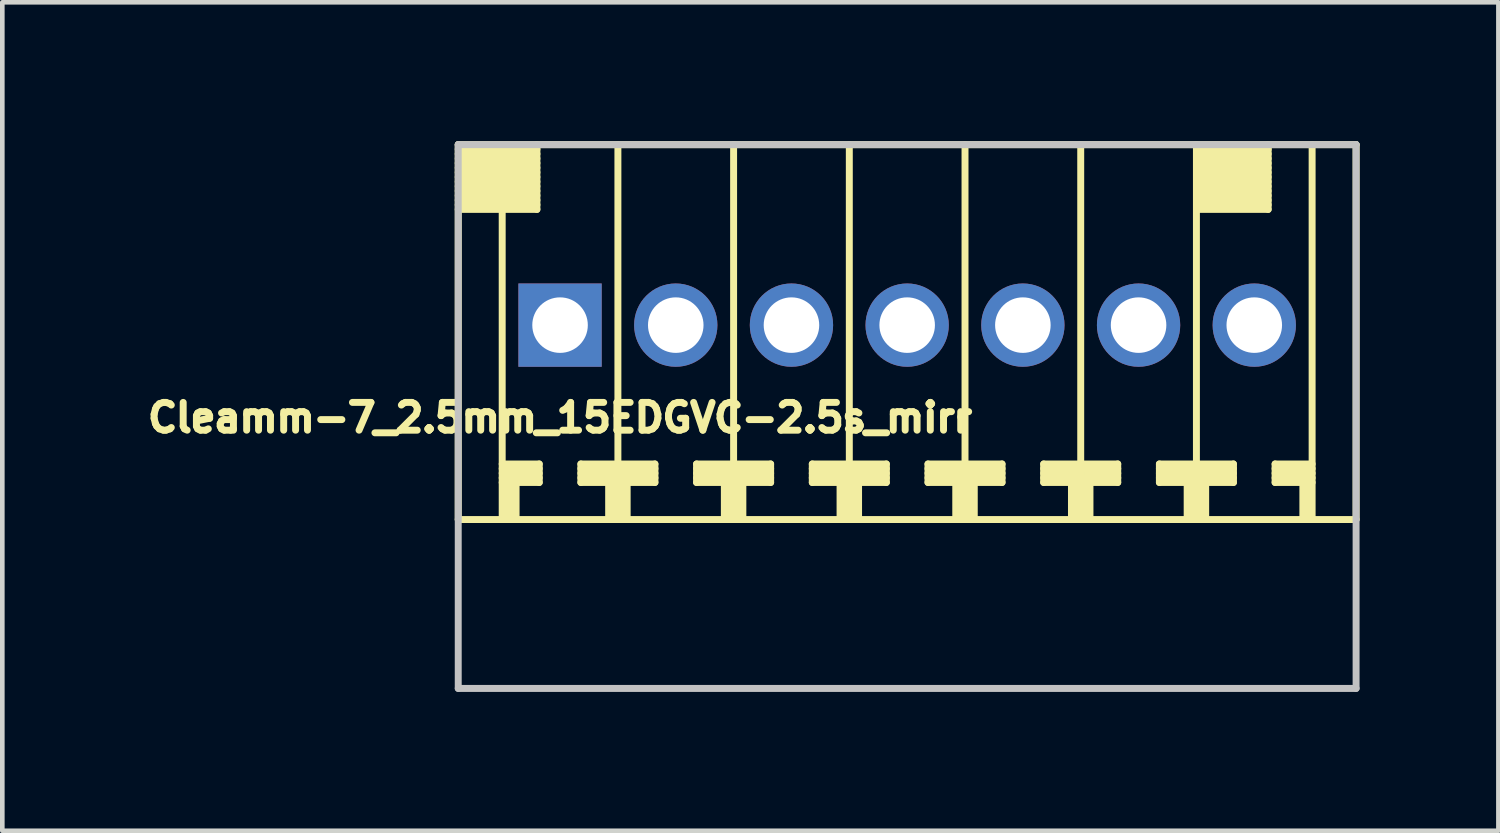
<source format=kicad_pcb>
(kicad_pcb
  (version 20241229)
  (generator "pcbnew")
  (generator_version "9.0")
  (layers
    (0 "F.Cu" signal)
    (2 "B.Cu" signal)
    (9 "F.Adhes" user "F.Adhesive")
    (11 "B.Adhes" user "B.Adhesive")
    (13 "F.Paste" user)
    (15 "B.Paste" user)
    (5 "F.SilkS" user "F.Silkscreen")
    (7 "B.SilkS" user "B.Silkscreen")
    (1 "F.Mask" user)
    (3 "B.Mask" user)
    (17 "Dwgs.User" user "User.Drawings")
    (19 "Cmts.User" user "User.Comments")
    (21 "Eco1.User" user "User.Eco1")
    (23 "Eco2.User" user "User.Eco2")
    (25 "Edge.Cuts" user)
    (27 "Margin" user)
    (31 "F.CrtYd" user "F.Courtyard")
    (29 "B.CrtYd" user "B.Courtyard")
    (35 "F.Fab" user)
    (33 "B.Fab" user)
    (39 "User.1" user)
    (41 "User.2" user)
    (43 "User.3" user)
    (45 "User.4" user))
  (footprint "Cleamm-7_2.5mm_15EDGVC-2.5s_mirr"
    (layer "F.Cu")
    (at 16.551 3.975)
    (property "Reference" "Cleamm-7_2.5mm_15EDGVC-2.5s_mirr" (at -7.5 2 0) (layer "F.SilkS") (effects (font (size 0.6 0.6) (thickness 0.15))))
    (attr through_hole)
    (fp_line (start -9.7 -3.9) (end -9.7 4.2) (stroke (width 0.15) (type solid)) (layer "F.SilkS"))
    (fp_line (start -9.7 -3.7) (end -8 -3.7) (stroke (width 0.15) (type solid)) (layer "F.SilkS"))
    (fp_line (start -9.7 -3.6) (end -8 -3.6) (stroke (width 0.15) (type solid)) (layer "F.SilkS"))
    (fp_line (start -9.7 -3.3) (end -8 -3.3) (stroke (width 0.15) (type solid)) (layer "F.SilkS"))
    (fp_line (start -9.7 -3.1) (end -8 -3.1) (stroke (width 0.15) (type solid)) (layer "F.SilkS"))
    (fp_line (start -9.7 -2.9) (end -8 -2.9) (stroke (width 0.15) (type solid)) (layer "F.SilkS"))
    (fp_line (start -9.7 -2.7) (end -8 -2.7) (stroke (width 0.15) (type solid)) (layer "F.SilkS"))
    (fp_line (start -9.7 -2.5) (end -8 -2.5) (stroke (width 0.15) (type solid)) (layer "F.SilkS"))
    (fp_line (start -8.75 -2.5) (end -8.75 4.2) (stroke (width 0.15) (type solid)) (layer "F.SilkS"))
    (fp_line (start -8.75 3.2) (end -7.95 3.2) (stroke (width 0.15) (type solid)) (layer "F.SilkS"))
    (fp_line (start -8.75 3.3) (end -7.95 3.3) (stroke (width 0.15) (type solid)) (layer "F.SilkS"))
    (fp_line (start -8.75 3.4) (end -7.95 3.4) (stroke (width 0.15) (type solid)) (layer "F.SilkS"))
    (fp_line (start -8.65 4.2) (end -8.65 3.4) (stroke (width 0.15) (type solid)) (layer "F.SilkS"))
    (fp_line (start -8.55 3.4) (end -8.55 4.2) (stroke (width 0.15) (type solid)) (layer "F.SilkS"))
    (fp_line (start -8.45 4.2) (end -8.45 3.4) (stroke (width 0.15) (type solid)) (layer "F.SilkS"))
    (fp_line (start -8 -3.8) (end -9.7 -3.8) (stroke (width 0.15) (type solid)) (layer "F.SilkS"))
    (fp_line (start -8 -3.5) (end -9.7 -3.5) (stroke (width 0.15) (type solid)) (layer "F.SilkS"))
    (fp_line (start -8 -3.4) (end -9.7 -3.4) (stroke (width 0.15) (type solid)) (layer "F.SilkS"))
    (fp_line (start -8 -3.2) (end -9.7 -3.2) (stroke (width 0.15) (type solid)) (layer "F.SilkS"))
    (fp_line (start -8 -3) (end -9.7 -3) (stroke (width 0.15) (type solid)) (layer "F.SilkS"))
    (fp_line (start -8 -2.8) (end -9.7 -2.8) (stroke (width 0.15) (type solid)) (layer "F.SilkS"))
    (fp_line (start -8 -2.6) (end -9.7 -2.6) (stroke (width 0.15) (type solid)) (layer "F.SilkS"))
    (fp_line (start -8 -2.5) (end -8 -3.9) (stroke (width 0.15) (type solid)) (layer "F.SilkS"))
    (fp_line (start -7.95 3) (end -8.75 3) (stroke (width 0.15) (type solid)) (layer "F.SilkS"))
    (fp_line (start -7.95 3.1) (end -8.75 3.1) (stroke (width 0.15) (type solid)) (layer "F.SilkS"))
    (fp_line (start -7.95 3.4) (end -7.95 3) (stroke (width 0.15) (type solid)) (layer "F.SilkS"))
    (fp_line (start -7.05 3) (end -7.05 3.4) (stroke (width 0.15) (type solid)) (layer "F.SilkS"))
    (fp_line (start -7.05 3.2) (end -5.45 3.2) (stroke (width 0.15) (type solid)) (layer "F.SilkS"))
    (fp_line (start -7.05 3.4) (end -6.45 3.4) (stroke (width 0.15) (type solid)) (layer "F.SilkS"))
    (fp_line (start -6.45 4.2) (end -6.45 3.4) (stroke (width 0.15) (type solid)) (layer "F.SilkS"))
    (fp_line (start -6.35 4.2) (end -6.35 3.4) (stroke (width 0.15) (type solid)) (layer "F.SilkS"))
    (fp_line (start -6.25 4.2) (end -6.25 -3.9) (stroke (width 0.15) (type solid)) (layer "F.SilkS"))
    (fp_line (start -6.15 4.2) (end -6.15 3.4) (stroke (width 0.15) (type solid)) (layer "F.SilkS"))
    (fp_line (start -6.05 3.4) (end -5.45 3.4) (stroke (width 0.15) (type solid)) (layer "F.SilkS"))
    (fp_line (start -6.05 4.2) (end -6.05 3.4) (stroke (width 0.15) (type solid)) (layer "F.SilkS"))
    (fp_line (start -5.45 3) (end -7.05 3) (stroke (width 0.15) (type solid)) (layer "F.SilkS"))
    (fp_line (start -5.45 3.1) (end -7.05 3.1) (stroke (width 0.15) (type solid)) (layer "F.SilkS"))
    (fp_line (start -5.45 3.3) (end -7.05 3.3) (stroke (width 0.15) (type solid)) (layer "F.SilkS"))
    (fp_line (start -5.45 3.4) (end -5.45 3) (stroke (width 0.15) (type solid)) (layer "F.SilkS"))
    (fp_line (start -4.55 3) (end -4.55 3.4) (stroke (width 0.15) (type solid)) (layer "F.SilkS"))
    (fp_line (start -4.55 3.2) (end -2.95 3.2) (stroke (width 0.15) (type solid)) (layer "F.SilkS"))
    (fp_line (start -4.55 3.4) (end -3.95 3.4) (stroke (width 0.15) (type solid)) (layer "F.SilkS"))
    (fp_line (start -3.95 4.2) (end -3.95 3.4) (stroke (width 0.15) (type solid)) (layer "F.SilkS"))
    (fp_line (start -3.85 4.2) (end -3.85 3.4) (stroke (width 0.15) (type solid)) (layer "F.SilkS"))
    (fp_line (start -3.75 -3.9) (end -3.75 4.2) (stroke (width 0.15) (type solid)) (layer "F.SilkS"))
    (fp_line (start -3.65 4.2) (end -3.65 3.4) (stroke (width 0.15) (type solid)) (layer "F.SilkS"))
    (fp_line (start -3.55 3.4) (end -2.95 3.4) (stroke (width 0.15) (type solid)) (layer "F.SilkS"))
    (fp_line (start -3.55 4.2) (end -3.55 3.4) (stroke (width 0.15) (type solid)) (layer "F.SilkS"))
    (fp_line (start -2.95 3) (end -4.55 3) (stroke (width 0.15) (type solid)) (layer "F.SilkS"))
    (fp_line (start -2.95 3.1) (end -4.55 3.1) (stroke (width 0.15) (type solid)) (layer "F.SilkS"))
    (fp_line (start -2.95 3.3) (end -4.55 3.3) (stroke (width 0.15) (type solid)) (layer "F.SilkS"))
    (fp_line (start -2.95 3.4) (end -2.95 3) (stroke (width 0.15) (type solid)) (layer "F.SilkS"))
    (fp_line (start -2.05 3) (end -2.05 3.4) (stroke (width 0.15) (type solid)) (layer "F.SilkS"))
    (fp_line (start -2.05 3.2) (end -0.45 3.2) (stroke (width 0.15) (type solid)) (layer "F.SilkS"))
    (fp_line (start -2.05 3.4) (end -1.45 3.4) (stroke (width 0.15) (type solid)) (layer "F.SilkS"))
    (fp_line (start -1.45 4.2) (end -1.45 3.4) (stroke (width 0.15) (type solid)) (layer "F.SilkS"))
    (fp_line (start -1.35 4.2) (end -1.35 3.4) (stroke (width 0.15) (type solid)) (layer "F.SilkS"))
    (fp_line (start -1.25 -3.9) (end -1.25 4.2) (stroke (width 0.15) (type solid)) (layer "F.SilkS"))
    (fp_line (start -1.15 4.2) (end -1.15 3.4) (stroke (width 0.15) (type solid)) (layer "F.SilkS"))
    (fp_line (start -1.05 3.4) (end -0.45 3.4) (stroke (width 0.15) (type solid)) (layer "F.SilkS"))
    (fp_line (start -1.05 4.2) (end -1.05 3.4) (stroke (width 0.15) (type solid)) (layer "F.SilkS"))
    (fp_line (start -0.45 3) (end -2.05 3) (stroke (width 0.15) (type solid)) (layer "F.SilkS"))
    (fp_line (start -0.45 3.1) (end -2.05 3.1) (stroke (width 0.15) (type solid)) (layer "F.SilkS"))
    (fp_line (start -0.45 3.3) (end -2.05 3.3) (stroke (width 0.15) (type solid)) (layer "F.SilkS"))
    (fp_line (start -0.45 3.4) (end -0.45 3) (stroke (width 0.15) (type solid)) (layer "F.SilkS"))
    (fp_line (start 0.45 3) (end 0.45 3.4) (stroke (width 0.15) (type solid)) (layer "F.SilkS"))
    (fp_line (start 0.45 3.2) (end 2.05 3.2) (stroke (width 0.15) (type solid)) (layer "F.SilkS"))
    (fp_line (start 0.45 3.4) (end 1.05 3.4) (stroke (width 0.15) (type solid)) (layer "F.SilkS"))
    (fp_line (start 1.05 4.2) (end 1.05 3.4) (stroke (width 0.15) (type solid)) (layer "F.SilkS"))
    (fp_line (start 1.15 4.2) (end 1.15 3.4) (stroke (width 0.15) (type solid)) (layer "F.SilkS"))
    (fp_line (start 1.25 4.2) (end 1.25 -3.9) (stroke (width 0.15) (type solid)) (layer "F.SilkS"))
    (fp_line (start 1.35 4.2) (end 1.35 3.4) (stroke (width 0.15) (type solid)) (layer "F.SilkS"))
    (fp_line (start 1.45 3.4) (end 2.05 3.4) (stroke (width 0.15) (type solid)) (layer "F.SilkS"))
    (fp_line (start 1.45 4.2) (end 1.45 3.4) (stroke (width 0.15) (type solid)) (layer "F.SilkS"))
    (fp_line (start 2.05 3) (end 0.45 3) (stroke (width 0.15) (type solid)) (layer "F.SilkS"))
    (fp_line (start 2.05 3.1) (end 0.45 3.1) (stroke (width 0.15) (type solid)) (layer "F.SilkS"))
    (fp_line (start 2.05 3.3) (end 0.45 3.3) (stroke (width 0.15) (type solid)) (layer "F.SilkS"))
    (fp_line (start 2.05 3.4) (end 2.05 3) (stroke (width 0.15) (type solid)) (layer "F.SilkS"))
    (fp_line (start 2.95 3) (end 2.95 3.4) (stroke (width 0.15) (type solid)) (layer "F.SilkS"))
    (fp_line (start 2.95 3.2) (end 4.55 3.2) (stroke (width 0.15) (type solid)) (layer "F.SilkS"))
    (fp_line (start 2.95 3.4) (end 3.55 3.4) (stroke (width 0.15) (type solid)) (layer "F.SilkS"))
    (fp_line (start 3.55 4.2) (end 3.55 3.4) (stroke (width 0.15) (type solid)) (layer "F.SilkS"))
    (fp_line (start 3.65 4.2) (end 3.65 3.4) (stroke (width 0.15) (type solid)) (layer "F.SilkS"))
    (fp_line (start 3.75 4.2) (end 3.75 -3.9) (stroke (width 0.15) (type solid)) (layer "F.SilkS"))
    (fp_line (start 3.85 4.2) (end 3.85 3.4) (stroke (width 0.15) (type solid)) (layer "F.SilkS"))
    (fp_line (start 3.95 3.4) (end 4.55 3.4) (stroke (width 0.15) (type solid)) (layer "F.SilkS"))
    (fp_line (start 3.95 4.2) (end 3.95 3.4) (stroke (width 0.15) (type solid)) (layer "F.SilkS"))
    (fp_line (start 4.55 3) (end 2.95 3) (stroke (width 0.15) (type solid)) (layer "F.SilkS"))
    (fp_line (start 4.55 3.1) (end 2.95 3.1) (stroke (width 0.15) (type solid)) (layer "F.SilkS"))
    (fp_line (start 4.55 3.3) (end 2.95 3.3) (stroke (width 0.15) (type solid)) (layer "F.SilkS"))
    (fp_line (start 4.55 3.4) (end 4.55 3) (stroke (width 0.15) (type solid)) (layer "F.SilkS"))
    (fp_line (start 5.45 3) (end 5.45 3.4) (stroke (width 0.15) (type solid)) (layer "F.SilkS"))
    (fp_line (start 5.45 3.2) (end 7.05 3.2) (stroke (width 0.15) (type solid)) (layer "F.SilkS"))
    (fp_line (start 5.45 3.4) (end 6.05 3.4) (stroke (width 0.15) (type solid)) (layer "F.SilkS"))
    (fp_line (start 6.05 4.2) (end 6.05 3.4) (stroke (width 0.15) (type solid)) (layer "F.SilkS"))
    (fp_line (start 6.15 4.2) (end 6.15 3.4) (stroke (width 0.15) (type solid)) (layer "F.SilkS"))
    (fp_line (start 6.25 4.2) (end 6.25 -3.9) (stroke (width 0.15) (type solid)) (layer "F.SilkS"))
    (fp_line (start 6.3 -3.8) (end 7.8 -3.8) (stroke (width 0.15) (type solid)) (layer "F.SilkS"))
    (fp_line (start 6.3 -3.6) (end 7.8 -3.6) (stroke (width 0.15) (type solid)) (layer "F.SilkS"))
    (fp_line (start 6.3 -3.3) (end 7.8 -3.3) (stroke (width 0.15) (type solid)) (layer "F.SilkS"))
    (fp_line (start 6.3 -3.2) (end 7.8 -3.2) (stroke (width 0.15) (type solid)) (layer "F.SilkS"))
    (fp_line (start 6.3 -2.9) (end 7.8 -2.9) (stroke (width 0.15) (type solid)) (layer "F.SilkS"))
    (fp_line (start 6.3 -2.7) (end 7.8 -2.7) (stroke (width 0.15) (type solid)) (layer "F.SilkS"))
    (fp_line (start 6.3 -2.6) (end 7.8 -2.6) (stroke (width 0.15) (type solid)) (layer "F.SilkS"))
    (fp_line (start 6.35 4.2) (end 6.35 3.4) (stroke (width 0.15) (type solid)) (layer "F.SilkS"))
    (fp_line (start 6.45 3.4) (end 7.05 3.4) (stroke (width 0.15) (type solid)) (layer "F.SilkS"))
    (fp_line (start 6.45 4.2) (end 6.45 3.4) (stroke (width 0.15) (type solid)) (layer "F.SilkS"))
    (fp_line (start 7.05 3) (end 5.45 3) (stroke (width 0.15) (type solid)) (layer "F.SilkS"))
    (fp_line (start 7.05 3.1) (end 5.45 3.1) (stroke (width 0.15) (type solid)) (layer "F.SilkS"))
    (fp_line (start 7.05 3.3) (end 5.45 3.3) (stroke (width 0.15) (type solid)) (layer "F.SilkS"))
    (fp_line (start 7.05 3.4) (end 7.05 3) (stroke (width 0.15) (type solid)) (layer "F.SilkS"))
    (fp_line (start 7.8 -3.7) (end 6.3 -3.7) (stroke (width 0.15) (type solid)) (layer "F.SilkS"))
    (fp_line (start 7.8 -3.5) (end 6.3 -3.5) (stroke (width 0.15) (type solid)) (layer "F.SilkS"))
    (fp_line (start 7.8 -3.4) (end 6.3 -3.4) (stroke (width 0.15) (type solid)) (layer "F.SilkS"))
    (fp_line (start 7.8 -3.1) (end 6.3 -3.1) (stroke (width 0.15) (type solid)) (layer "F.SilkS"))
    (fp_line (start 7.8 -3) (end 6.3 -3) (stroke (width 0.15) (type solid)) (layer "F.SilkS"))
    (fp_line (start 7.8 -2.8) (end 6.3 -2.8) (stroke (width 0.15) (type solid)) (layer "F.SilkS"))
    (fp_line (start 7.8 -2.5) (end 6.3 -2.5) (stroke (width 0.15) (type solid)) (layer "F.SilkS"))
    (fp_line (start 7.8 -2.5) (end 7.8 -3.9) (stroke (width 0.15) (type solid)) (layer "F.SilkS"))
    (fp_line (start 7.95 3) (end 8.75 3) (stroke (width 0.15) (type solid)) (layer "F.SilkS"))
    (fp_line (start 7.95 3.1) (end 8.75 3.1) (stroke (width 0.15) (type solid)) (layer "F.SilkS"))
    (fp_line (start 7.95 3.4) (end 7.95 3) (stroke (width 0.15) (type solid)) (layer "F.SilkS"))
    (fp_line (start 8.55 4.2) (end 8.55 3.4) (stroke (width 0.15) (type solid)) (layer "F.SilkS"))
    (fp_line (start 8.65 4.2) (end 8.65 3.4) (stroke (width 0.15) (type solid)) (layer "F.SilkS"))
    (fp_line (start 8.75 3.2) (end 7.95 3.2) (stroke (width 0.15) (type solid)) (layer "F.SilkS"))
    (fp_line (start 8.75 3.3) (end 7.95 3.3) (stroke (width 0.15) (type solid)) (layer "F.SilkS"))
    (fp_line (start 8.75 3.4) (end 7.95 3.4) (stroke (width 0.15) (type solid)) (layer "F.SilkS"))
    (fp_line (start 8.75 4.2) (end 8.75 -3.9) (stroke (width 0.15) (type solid)) (layer "F.SilkS"))
    (fp_line (start 9.7 -3.9) (end -9.7 -3.9) (stroke (width 0.15) (type solid)) (layer "F.SilkS"))
    (fp_line (start 9.7 -3.9) (end 9.7 4.2) (stroke (width 0.15) (type solid)) (layer "F.SilkS"))
    (fp_line (start 9.7 4.2) (end -9.7 4.2) (stroke (width 0.15) (type solid)) (layer "F.SilkS"))
    (fp_line (start -9.7 -3.9) (end -9.7 7.85) (stroke (width 0.15) (type solid)) (layer "Dwgs.User"))
    (fp_line (start -9.7 -3.9) (end 9.7 -3.9) (stroke (width 0.15) (type solid)) (layer "Dwgs.User"))
    (fp_line (start 9.7 7.85) (end -9.7 7.85) (stroke (width 0.15) (type solid)) (layer "Dwgs.User"))
    (fp_line (start 9.7 7.85) (end 9.7 -3.9) (stroke (width 0.15) (type solid)) (layer "Dwgs.User"))
    (pad "1" thru_hole rect (at -7.5 0) (size 1.8 1.8) (drill 1.2) (layers "*.Cu" "*.Mask"))
    (pad "2" thru_hole circle (at -5 0) (size 1.8 1.8) (drill 1.2) (layers "*.Cu" "*.Mask"))
    (pad "3" thru_hole circle (at -2.5 0) (size 1.8 1.8) (drill 1.2) (layers "*.Cu" "*.Mask"))
    (pad "4" thru_hole circle (at 0 0) (size 1.8 1.8) (drill 1.2) (layers "*.Cu" "*.Mask"))
    (pad "5" thru_hole circle (at 2.5 0) (size 1.8 1.8) (drill 1.2) (layers "*.Cu" "*.Mask"))
    (pad "6" thru_hole circle (at 5 0) (size 1.8 1.8) (drill 1.2) (layers "*.Cu" "*.Mask"))
    (pad "7" thru_hole circle (at 7.5 0) (size 1.8 1.8) (drill 1.2) (layers "*.Cu" "*.Mask")))
  (gr_rect
    (start -3 -3)
    (end 29.326 14.9)
    (stroke (width 0.1) (type default))
    (fill no)
    (layer "Edge.Cuts")))
</source>
